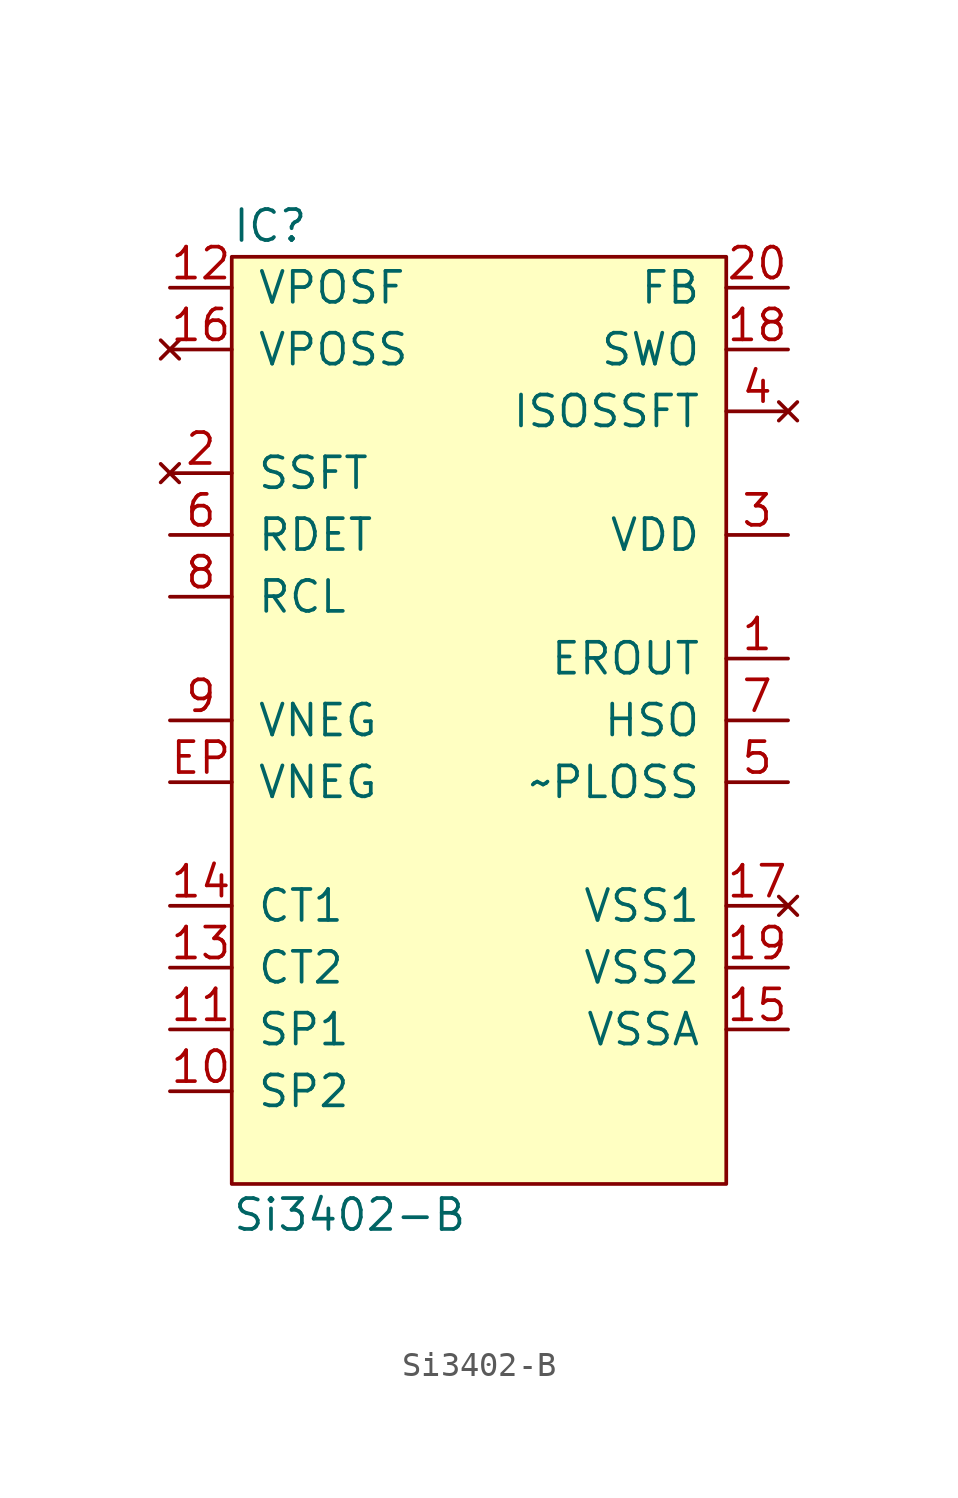
<source format=kicad_sym>
(kicad_symbol_lib
  (version 20211014)
  (generator agg_kicad.build_lib_ic)
  (symbol "Si3402-B"
    (pin_names
      (offset 1.016))
    (property Reference IC
      (at -10.16 20.32 0)
      (effects (font (size 1.27 1.27)) (justify left)))
    (property Value "Si3402-B"
      (at -10.16 -20.32 0)
      (effects (font (size 1.27 1.27)) (justify left)))
    (symbol "Si3402-B_0_0"
      (rectangle (start -10.16 19.05) (end 10.16 -19.05) (stroke (width 0) (type default) (color 0 0 0 0)) (fill (type background)))
      (pin power_out line (at -12.7 17.78 0) (length 2.54) (name VPOSF (effects (font (size 1.27 1.27)))) (number "12" (effects (font (size 1.27 1.27)))))
      (pin no_connect line (at -12.7 15.24 0) (length 2.54) (name VPOSS (effects (font (size 1.27 1.27)))) (number "16" (effects (font (size 1.27 1.27)))))
      (pin no_connect line (at -12.7 10.16 0) (length 2.54) (name SSFT (effects (font (size 1.27 1.27)))) (number "2" (effects (font (size 1.27 1.27)))))
      (pin input line (at -12.7 7.62 0) (length 2.54) (name RDET (effects (font (size 1.27 1.27)))) (number "6" (effects (font (size 1.27 1.27)))))
      (pin input line (at -12.7 5.08 0) (length 2.54) (name RCL (effects (font (size 1.27 1.27)))) (number "8" (effects (font (size 1.27 1.27)))))
      (pin power_out line (at -12.7 0 0) (length 2.54) (name VNEG (effects (font (size 1.27 1.27)))) (number "9" (effects (font (size 1.27 1.27)))))
      (pin passive line (at -12.7 -2.54 0) (length 2.54) (name VNEG (effects (font (size 1.27 1.27)))) (number EP (effects (font (size 1.27 1.27)))))
      (pin power_in line (at -12.7 -7.62 0) (length 2.54) (name "CT1" (effects (font (size 1.27 1.27)))) (number "14" (effects (font (size 1.27 1.27)))))
      (pin power_in line (at -12.7 -10.16 0) (length 2.54) (name "CT2" (effects (font (size 1.27 1.27)))) (number "13" (effects (font (size 1.27 1.27)))))
      (pin power_in line (at -12.7 -12.7 0) (length 2.54) (name "SP1" (effects (font (size 1.27 1.27)))) (number "11" (effects (font (size 1.27 1.27)))))
      (pin power_in line (at -12.7 -15.24 0) (length 2.54) (name "SP2" (effects (font (size 1.27 1.27)))) (number "10" (effects (font (size 1.27 1.27)))))
      (pin input line (at 12.7 17.78 180) (length 2.54) (name FB (effects (font (size 1.27 1.27)))) (number "20" (effects (font (size 1.27 1.27)))))
      (pin output line (at 12.7 15.24 180) (length 2.54) (name SWO (effects (font (size 1.27 1.27)))) (number "18" (effects (font (size 1.27 1.27)))))
      (pin no_connect line (at 12.7 12.7 180) (length 2.54) (name ISOSSFT (effects (font (size 1.27 1.27)))) (number "4" (effects (font (size 1.27 1.27)))))
      (pin power_in line (at 12.7 7.62 180) (length 2.54) (name VDD (effects (font (size 1.27 1.27)))) (number "3" (effects (font (size 1.27 1.27)))))
      (pin output line (at 12.7 2.54 180) (length 2.54) (name EROUT (effects (font (size 1.27 1.27)))) (number "1" (effects (font (size 1.27 1.27)))))
      (pin output line (at 12.7 0 180) (length 2.54) (name HSO (effects (font (size 1.27 1.27)))) (number "7" (effects (font (size 1.27 1.27)))))
      (pin open_collector line (at 12.7 -2.54 180) (length 2.54) (name "~PLOSS" (effects (font (size 1.27 1.27)))) (number "5" (effects (font (size 1.27 1.27)))))
      (pin no_connect line (at 12.7 -7.62 180) (length 2.54) (name "VSS1" (effects (font (size 1.27 1.27)))) (number "17" (effects (font (size 1.27 1.27)))))
      (pin power_in line (at 12.7 -10.16 180) (length 2.54) (name "VSS2" (effects (font (size 1.27 1.27)))) (number "19" (effects (font (size 1.27 1.27)))))
      (pin power_in line (at 12.7 -12.7 180) (length 2.54) (name VSSA (effects (font (size 1.27 1.27)))) (number "15" (effects (font (size 1.27 1.27))))))))
</source>
